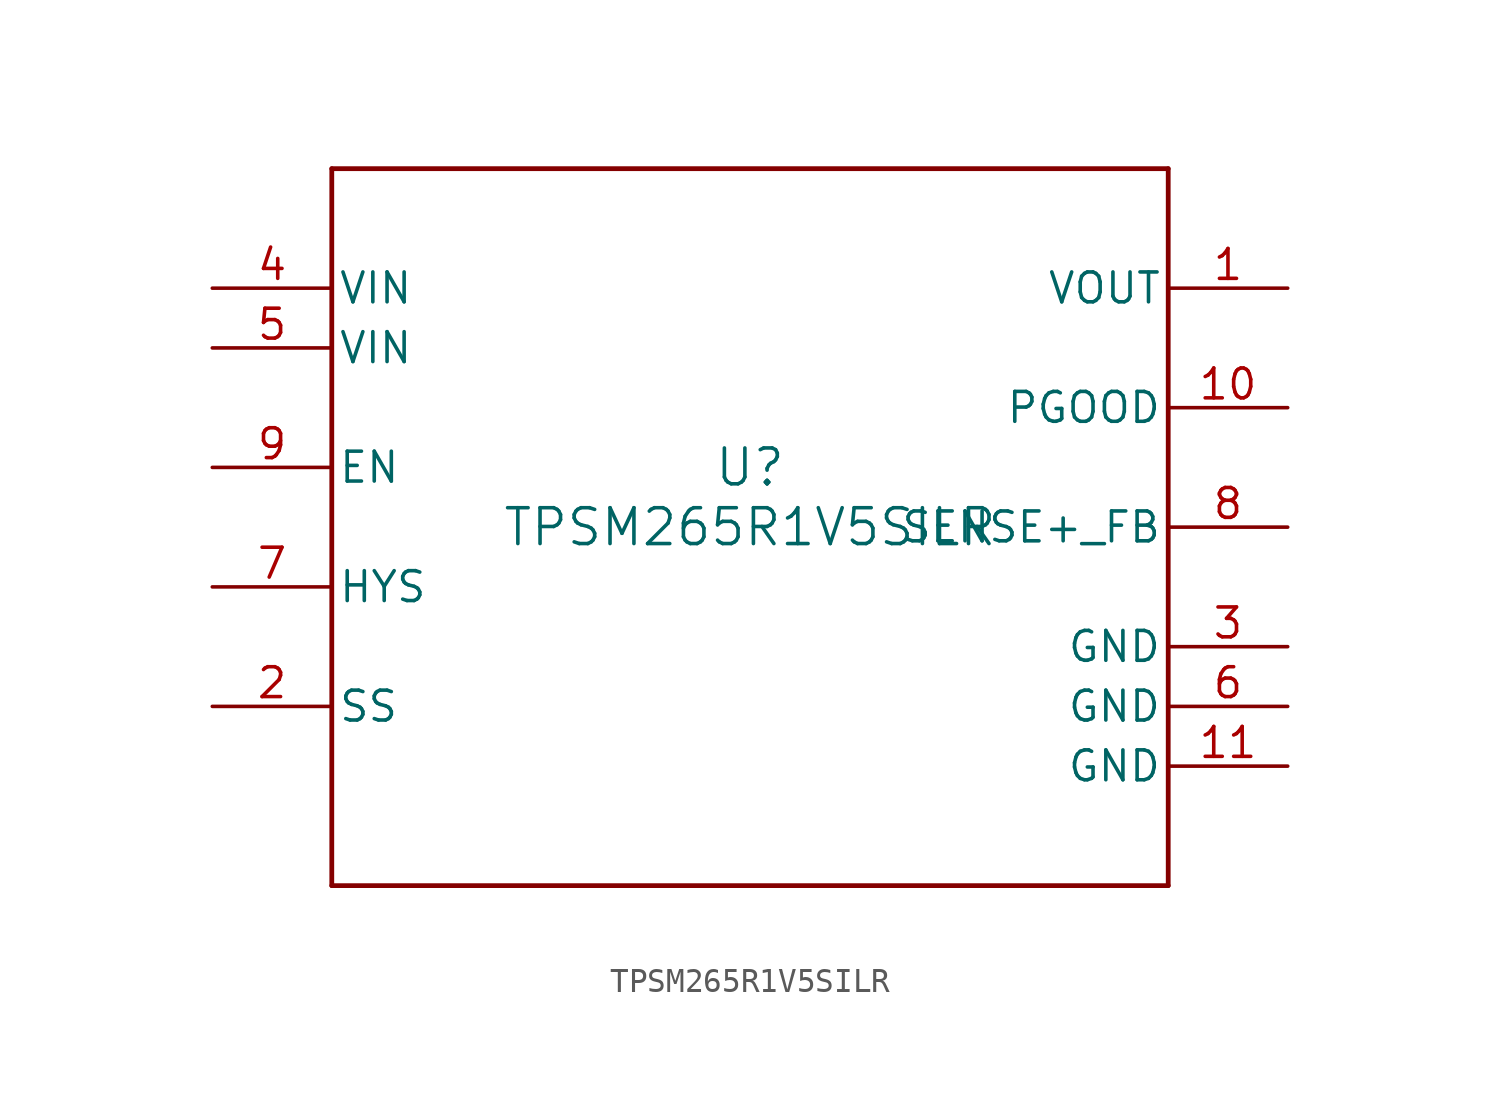
<source format=kicad_sym>
(kicad_symbol_lib
  (version 20211014)
  (generator kicad_symbol_editor)
  (symbol "TPSM265R1V5SILR"
    (pin_names
      (offset 0.254))
    (property "Reference" "U"
      (at 0 2.54 0)
      (effects (font (size 1.524 1.524))))
    (property "Value" "TPSM265R1V5SILR"
      (at 0 0 0)
      (effects (font (size 1.524 1.524))))
    (symbol "TPSM265R1V5SILR_0_1"
      (polyline (pts (xy -17.78 -15.24) (xy 17.78 -15.24)) (stroke (width 0.203) (type default) (color 0 0 0 0)) (fill (type none)))
      (polyline (pts (xy 17.78 -15.24) (xy 17.78 15.24)) (stroke (width 0.203) (type default) (color 0 0 0 0)) (fill (type none)))
      (polyline (pts (xy 17.78 15.24) (xy -17.78 15.24)) (stroke (width 0.203) (type default) (color 0 0 0 0)) (fill (type none)))
      (polyline (pts (xy -17.78 15.24) (xy -17.78 -15.24)) (stroke (width 0.203) (type default) (color 0 0 0 0)) (fill (type none)))
      (pin power_in line (at 22.86 10.16 180) (length 5.08) (name "VOUT" (effects (font (size 1.27 1.27)))) (number "1" (effects (font (size 1.27 1.27)))))
      (pin input line (at -22.86 -7.62 0) (length 5.08) (name "SS" (effects (font (size 1.27 1.27)))) (number "2" (effects (font (size 1.27 1.27)))))
      (pin power_in line (at 22.86 -5.08 180) (length 5.08) (name "GND" (effects (font (size 1.27 1.27)))) (number "3" (effects (font (size 1.27 1.27)))))
      (pin power_in line (at -22.86 10.16 0) (length 5.08) (name "VIN" (effects (font (size 1.27 1.27)))) (number "4" (effects (font (size 1.27 1.27)))))
      (pin power_in line (at -22.86 7.62 0) (length 5.08) (name "VIN" (effects (font (size 1.27 1.27)))) (number "5" (effects (font (size 1.27 1.27)))))
      (pin power_in line (at 22.86 -7.62 180) (length 5.08) (name "GND" (effects (font (size 1.27 1.27)))) (number "6" (effects (font (size 1.27 1.27)))))
      (pin open_collector line (at -22.86 -2.54 0) (length 5.08) (name "HYS" (effects (font (size 1.27 1.27)))) (number "7" (effects (font (size 1.27 1.27)))))
      (pin input line (at 22.86 0 180) (length 5.08) (name "SENSE+_FB" (effects (font (size 1.27 1.27)))) (number "8" (effects (font (size 1.27 1.27)))))
      (pin input line (at -22.86 2.54 0) (length 5.08) (name "EN" (effects (font (size 1.27 1.27)))) (number "9" (effects (font (size 1.27 1.27)))))
      (pin open_collector line (at 22.86 5.08 180) (length 5.08) (name "PGOOD" (effects (font (size 1.27 1.27)))) (number "10" (effects (font (size 1.27 1.27)))))
      (pin power_in line (at 22.86 -10.16 180) (length 5.08) (name "GND" (effects (font (size 1.27 1.27)))) (number "11" (effects (font (size 1.27 1.27))))))))
</source>
